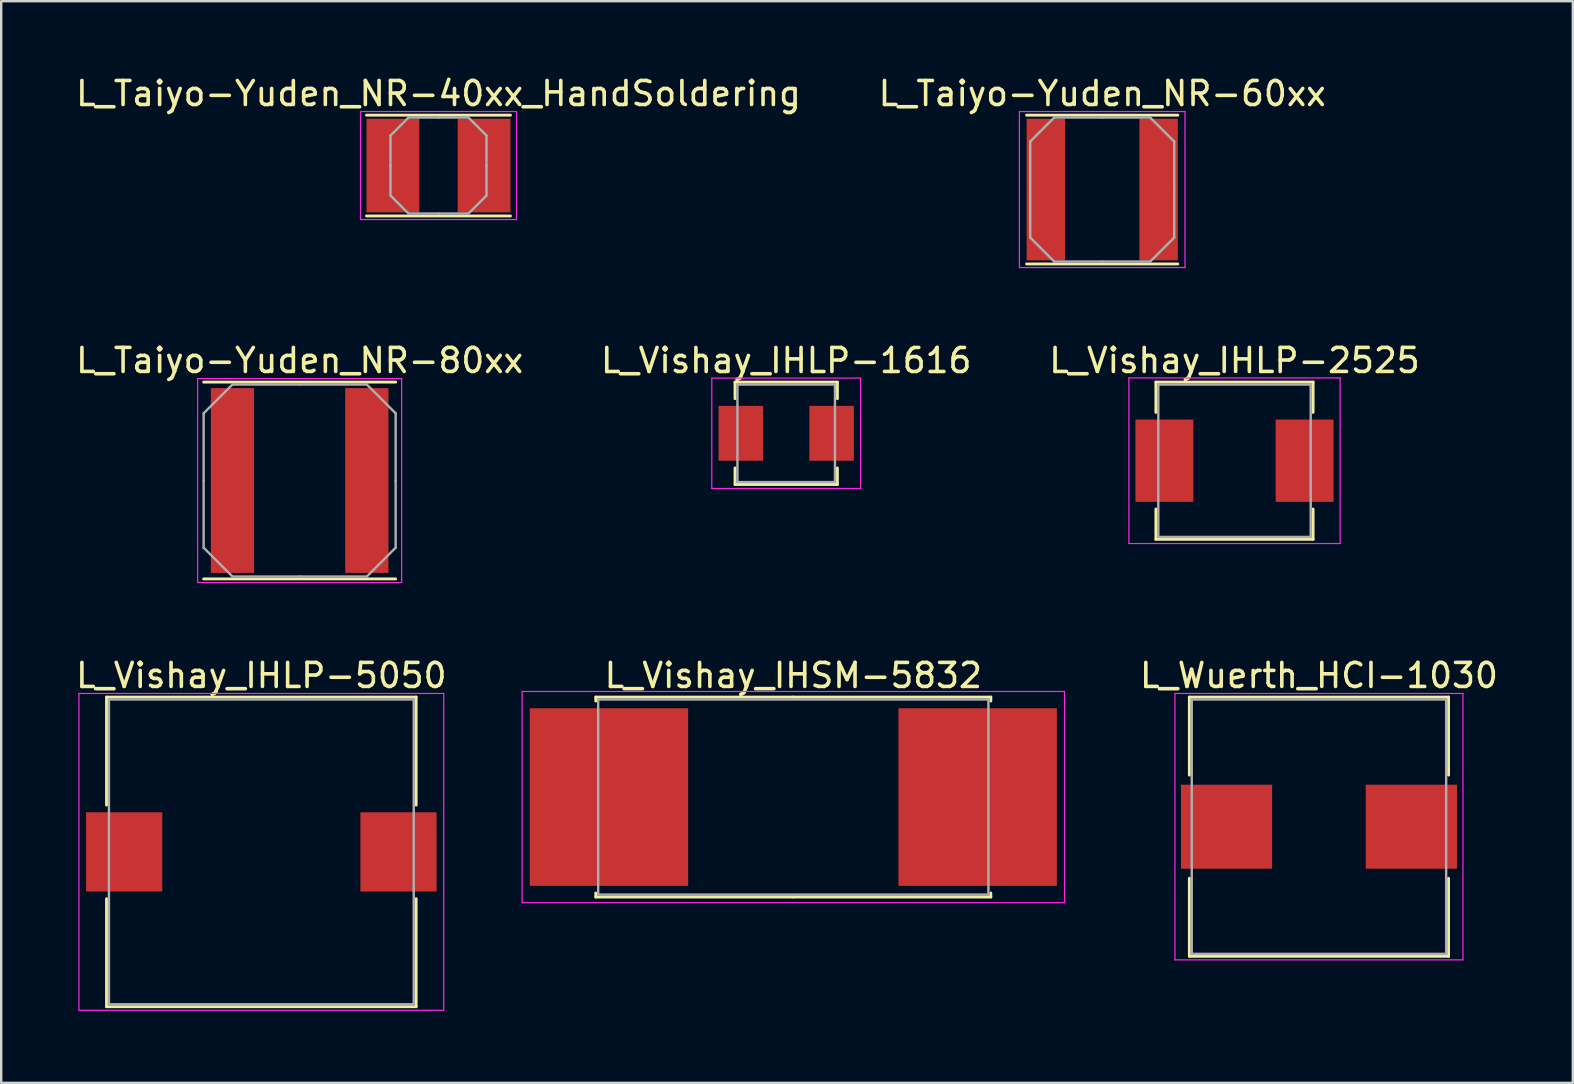
<source format=kicad_pcb>
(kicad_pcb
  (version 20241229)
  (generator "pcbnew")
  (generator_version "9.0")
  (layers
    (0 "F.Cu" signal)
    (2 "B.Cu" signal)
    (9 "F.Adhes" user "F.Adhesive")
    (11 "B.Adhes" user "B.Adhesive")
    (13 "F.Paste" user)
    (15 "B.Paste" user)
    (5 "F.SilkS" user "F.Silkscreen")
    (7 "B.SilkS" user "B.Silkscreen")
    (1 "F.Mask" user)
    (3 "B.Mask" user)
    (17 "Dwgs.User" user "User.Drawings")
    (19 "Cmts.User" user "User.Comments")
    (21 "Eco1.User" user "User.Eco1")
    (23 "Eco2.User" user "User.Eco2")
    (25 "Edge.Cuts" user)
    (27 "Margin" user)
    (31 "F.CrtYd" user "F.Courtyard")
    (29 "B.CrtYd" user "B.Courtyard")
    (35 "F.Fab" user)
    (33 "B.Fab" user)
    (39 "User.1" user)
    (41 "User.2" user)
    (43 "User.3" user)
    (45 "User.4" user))
  (footprint "L_Vishay_IHLP-5050"
    (layer "F.Cu")
    (at 7.839 32.445)
    (property "Reference" "L_Vishay_IHLP-5050" (at 0 -7.35 0) (layer "F.SilkS") (effects (font (size 1 1) (thickness 0.15))))
    (attr smd)
    (fp_line (start -6.45 -6.45) (end 6.45 -6.45) (stroke (width 0.12) (type solid)) (layer "F.SilkS"))
    (fp_line (start -6.45 -1.95) (end -6.45 -6.45) (stroke (width 0.12) (type solid)) (layer "F.SilkS"))
    (fp_line (start -6.45 1.95) (end -6.45 6.45) (stroke (width 0.12) (type solid)) (layer "F.SilkS"))
    (fp_line (start -6.45 6.45) (end 6.45 6.45) (stroke (width 0.12) (type solid)) (layer "F.SilkS"))
    (fp_line (start 6.45 -6.45) (end 6.45 -1.95) (stroke (width 0.12) (type solid)) (layer "F.SilkS"))
    (fp_line (start 6.45 6.45) (end 6.45 1.95) (stroke (width 0.12) (type solid)) (layer "F.SilkS"))
    (fp_line (start -7.6 -6.6) (end -7.6 6.6) (stroke (width 0.05) (type solid)) (layer "F.CrtYd"))
    (fp_line (start -7.6 6.6) (end 7.6 6.6) (stroke (width 0.05) (type solid)) (layer "F.CrtYd"))
    (fp_line (start 7.6 -6.6) (end -7.6 -6.6) (stroke (width 0.05) (type solid)) (layer "F.CrtYd"))
    (fp_line (start 7.6 6.6) (end 7.6 -6.6) (stroke (width 0.05) (type solid)) (layer "F.CrtYd"))
    (fp_line (start -6.35 -6.35) (end -6.35 6.35) (stroke (width 0.1) (type solid)) (layer "F.Fab"))
    (fp_line (start -6.35 6.35) (end 6.35 6.35) (stroke (width 0.1) (type solid)) (layer "F.Fab"))
    (fp_line (start 6.35 -6.35) (end -6.35 -6.35) (stroke (width 0.1) (type solid)) (layer "F.Fab"))
    (fp_line (start 6.35 6.35) (end 6.35 -6.35) (stroke (width 0.1) (type solid)) (layer "F.Fab"))
    (pad "1" smd rect (at -5.715 0) (size 3.175 3.3) (layers "F.Cu" "F.Mask" "F.Paste"))
    (pad "2" smd rect (at 5.715 0) (size 3.175 3.3) (layers "F.Cu" "F.Mask" "F.Paste")))
  (footprint "L_Vishay_IHLP-2525"
    (layer "F.Cu")
    (at 48.387 16.146)
    (property "Reference" "L_Vishay_IHLP-2525" (at 0 -4.175 0) (layer "F.SilkS") (effects (font (size 1 1) (thickness 0.15))))
    (attr smd)
    (fp_line (start -3.275 -3.275) (end 3.275 -3.275) (stroke (width 0.12) (type solid)) (layer "F.SilkS"))
    (fp_line (start -3.275 -2.014) (end -3.275 -3.275) (stroke (width 0.12) (type solid)) (layer "F.SilkS"))
    (fp_line (start -3.275 2.014) (end -3.275 3.275) (stroke (width 0.12) (type solid)) (layer "F.SilkS"))
    (fp_line (start -3.275 3.275) (end 3.275 3.275) (stroke (width 0.12) (type solid)) (layer "F.SilkS"))
    (fp_line (start 3.275 -3.275) (end 3.275 -2.014) (stroke (width 0.12) (type solid)) (layer "F.SilkS"))
    (fp_line (start 3.275 3.275) (end 3.275 2.014) (stroke (width 0.12) (type solid)) (layer "F.SilkS"))
    (fp_line (start -4.4 -3.45) (end -4.4 3.45) (stroke (width 0.05) (type solid)) (layer "F.CrtYd"))
    (fp_line (start -4.4 3.45) (end 4.4 3.45) (stroke (width 0.05) (type solid)) (layer "F.CrtYd"))
    (fp_line (start 4.4 -3.45) (end -4.4 -3.45) (stroke (width 0.05) (type solid)) (layer "F.CrtYd"))
    (fp_line (start 4.4 3.45) (end 4.4 -3.45) (stroke (width 0.05) (type solid)) (layer "F.CrtYd"))
    (fp_line (start -3.175 -3.175) (end -3.175 3.175) (stroke (width 0.1) (type solid)) (layer "F.Fab"))
    (fp_line (start -3.175 3.175) (end 3.175 3.175) (stroke (width 0.1) (type solid)) (layer "F.Fab"))
    (fp_line (start 3.175 -3.175) (end -3.175 -3.175) (stroke (width 0.1) (type solid)) (layer "F.Fab"))
    (fp_line (start 3.175 3.175) (end 3.175 -3.175) (stroke (width 0.1) (type solid)) (layer "F.Fab"))
    (pad "1" smd rect (at -2.921 0) (size 2.413 3.429) (layers "F.Cu" "F.Mask" "F.Paste"))
    (pad "2" smd rect (at 2.921 0) (size 2.413 3.429) (layers "F.Cu" "F.Mask" "F.Paste")))
  (footprint "L_Vishay_IHLP-1616"
    (layer "F.Cu")
    (at 29.708 15.004)
    (property "Reference" "L_Vishay_IHLP-1616" (at 0 -3.032 0) (layer "F.SilkS") (effects (font (size 1 1) (thickness 0.15))))
    (attr smd)
    (fp_line (start -2.132 -2.132) (end 2.132 -2.132) (stroke (width 0.12) (type solid)) (layer "F.SilkS"))
    (fp_line (start -2.132 -1.443) (end -2.132 -2.132) (stroke (width 0.12) (type solid)) (layer "F.SilkS"))
    (fp_line (start -2.132 1.443) (end -2.132 2.132) (stroke (width 0.12) (type solid)) (layer "F.SilkS"))
    (fp_line (start -2.132 2.132) (end 2.132 2.132) (stroke (width 0.12) (type solid)) (layer "F.SilkS"))
    (fp_line (start 2.132 -2.132) (end 2.132 -1.443) (stroke (width 0.12) (type solid)) (layer "F.SilkS"))
    (fp_line (start 2.132 2.132) (end 2.132 1.443) (stroke (width 0.12) (type solid)) (layer "F.SilkS"))
    (fp_line (start -3.1 -2.3) (end -3.1 2.3) (stroke (width 0.05) (type solid)) (layer "F.CrtYd"))
    (fp_line (start -3.1 2.3) (end 3.1 2.3) (stroke (width 0.05) (type solid)) (layer "F.CrtYd"))
    (fp_line (start 3.1 -2.3) (end -3.1 -2.3) (stroke (width 0.05) (type solid)) (layer "F.CrtYd"))
    (fp_line (start 3.1 2.3) (end 3.1 -2.3) (stroke (width 0.05) (type solid)) (layer "F.CrtYd"))
    (fp_line (start -2.032 -2.032) (end -2.032 2.032) (stroke (width 0.1) (type solid)) (layer "F.Fab"))
    (fp_line (start -2.032 2.032) (end 2.032 2.032) (stroke (width 0.1) (type solid)) (layer "F.Fab"))
    (fp_line (start 2.032 -2.032) (end -2.032 -2.032) (stroke (width 0.1) (type solid)) (layer "F.Fab"))
    (fp_line (start 2.032 2.032) (end 2.032 -2.032) (stroke (width 0.1) (type solid)) (layer "F.Fab"))
    (pad "1" smd rect (at -1.892 0) (size 1.855 2.286) (layers "F.Cu" "F.Mask" "F.Paste"))
    (pad "2" smd rect (at 1.892 0) (size 1.855 2.286) (layers "F.Cu" "F.Mask" "F.Paste")))
  (footprint "L_Vishay_IHSM-5832"
    (layer "F.Cu")
    (at 30.004 30.16)
    (property "Reference" "L_Vishay_IHSM-5832" (at 0 -5.065 0) (layer "F.SilkS") (effects (font (size 1 1) (thickness 0.15))))
    (attr smd)
    (fp_line (start -8.23 -4.165) (end 0 -4.165) (stroke (width 0.12) (type solid)) (layer "F.SilkS"))
    (fp_line (start -8.23 -4) (end -8.23 -4.165) (stroke (width 0.12) (type solid)) (layer "F.SilkS"))
    (fp_line (start -8.23 4) (end -8.23 4.165) (stroke (width 0.12) (type solid)) (layer "F.SilkS"))
    (fp_line (start -8.23 4.165) (end 0 4.165) (stroke (width 0.12) (type solid)) (layer "F.SilkS"))
    (fp_line (start 8.23 -4.165) (end 0 -4.165) (stroke (width 0.12) (type solid)) (layer "F.SilkS"))
    (fp_line (start 8.23 -4) (end 8.23 -4.165) (stroke (width 0.12) (type solid)) (layer "F.SilkS"))
    (fp_line (start 8.23 4) (end 8.23 4.165) (stroke (width 0.12) (type solid)) (layer "F.SilkS"))
    (fp_line (start 8.23 4.165) (end 0 4.165) (stroke (width 0.12) (type solid)) (layer "F.SilkS"))
    (fp_line (start -11.3 -4.4) (end -11.3 4.4) (stroke (width 0.05) (type solid)) (layer "F.CrtYd"))
    (fp_line (start -11.3 4.4) (end 11.3 4.4) (stroke (width 0.05) (type solid)) (layer "F.CrtYd"))
    (fp_line (start 11.3 -4.4) (end -11.3 -4.4) (stroke (width 0.05) (type solid)) (layer "F.CrtYd"))
    (fp_line (start 11.3 4.4) (end 11.3 -4.4) (stroke (width 0.05) (type solid)) (layer "F.CrtYd"))
    (fp_line (start -8.13 -4.065) (end -8.13 4.065) (stroke (width 0.1) (type solid)) (layer "F.Fab"))
    (fp_line (start -8.13 4.065) (end 8.13 4.065) (stroke (width 0.1) (type solid)) (layer "F.Fab"))
    (fp_line (start 8.13 -4.065) (end -8.13 -4.065) (stroke (width 0.1) (type solid)) (layer "F.Fab"))
    (fp_line (start 8.13 4.065) (end 8.13 -4.065) (stroke (width 0.1) (type solid)) (layer "F.Fab"))
    (pad "1" smd rect (at -7.681 0) (size 6.6 7.4) (layers "F.Cu" "F.Mask" "F.Paste"))
    (pad "2" smd rect (at 7.681 0) (size 6.6 7.4) (layers "F.Cu" "F.Mask" "F.Paste")))
  (footprint "L_Taiyo-Yuden_NR-60xx"
    (layer "F.Cu")
    (at 42.875 4.848)
    (property "Reference" "L_Taiyo-Yuden_NR-60xx" (at 0 -4 0) (layer "F.SilkS") (effects (font (size 1 1) (thickness 0.15))))
    (attr smd)
    (fp_line (start -3.15 -3.1) (end 3.15 -3.1) (stroke (width 0.12) (type solid)) (layer "F.SilkS"))
    (fp_line (start -3.15 3.1) (end 3.15 3.1) (stroke (width 0.12) (type solid)) (layer "F.SilkS"))
    (fp_line (start -3.45 -3.25) (end -3.45 3.25) (stroke (width 0.05) (type solid)) (layer "F.CrtYd"))
    (fp_line (start -3.45 3.25) (end 3.45 3.25) (stroke (width 0.05) (type solid)) (layer "F.CrtYd"))
    (fp_line (start 3.45 -3.25) (end -3.45 -3.25) (stroke (width 0.05) (type solid)) (layer "F.CrtYd"))
    (fp_line (start 3.45 3.25) (end 3.45 -3.25) (stroke (width 0.05) (type solid)) (layer "F.CrtYd"))
    (fp_line (start -3 -2) (end -2 -3) (stroke (width 0.1) (type solid)) (layer "F.Fab"))
    (fp_line (start -3 0) (end -3 -2) (stroke (width 0.1) (type solid)) (layer "F.Fab"))
    (fp_line (start -3 0) (end -3 2) (stroke (width 0.1) (type solid)) (layer "F.Fab"))
    (fp_line (start -3 2) (end -2 3) (stroke (width 0.1) (type solid)) (layer "F.Fab"))
    (fp_line (start -2 -3) (end 0 -3) (stroke (width 0.1) (type solid)) (layer "F.Fab"))
    (fp_line (start -2 3) (end 0 3) (stroke (width 0.1) (type solid)) (layer "F.Fab"))
    (fp_line (start 2 -3) (end 0 -3) (stroke (width 0.1) (type solid)) (layer "F.Fab"))
    (fp_line (start 2 3) (end 0 3) (stroke (width 0.1) (type solid)) (layer "F.Fab"))
    (fp_line (start 3 -2) (end 2 -3) (stroke (width 0.1) (type solid)) (layer "F.Fab"))
    (fp_line (start 3 0) (end 3 -2) (stroke (width 0.1) (type solid)) (layer "F.Fab"))
    (fp_line (start 3 0) (end 3 2) (stroke (width 0.1) (type solid)) (layer "F.Fab"))
    (fp_line (start 3 2) (end 2 3) (stroke (width 0.1) (type solid)) (layer "F.Fab"))
    (pad "1" smd rect (at -2.35 0) (size 1.6 5.9) (layers "F.Cu" "F.Mask" "F.Paste"))
    (pad "2" smd rect (at 2.35 0) (size 1.6 5.9) (layers "F.Cu" "F.Mask" "F.Paste")))
  (footprint "L_Taiyo-Yuden_NR-80xx"
    (layer "F.Cu")
    (at 9.435 16.971)
    (property "Reference" "L_Taiyo-Yuden_NR-80xx" (at 0 -5 0) (layer "F.SilkS") (effects (font (size 1 1) (thickness 0.15))))
    (attr smd)
    (fp_line (start -4 -4.1) (end 4 -4.1) (stroke (width 0.12) (type solid)) (layer "F.SilkS"))
    (fp_line (start -4 4.1) (end 4 4.1) (stroke (width 0.12) (type solid)) (layer "F.SilkS"))
    (fp_line (start -4.25 -4.25) (end -4.25 4.25) (stroke (width 0.05) (type solid)) (layer "F.CrtYd"))
    (fp_line (start -4.25 4.25) (end 4.25 4.25) (stroke (width 0.05) (type solid)) (layer "F.CrtYd"))
    (fp_line (start 4.25 -4.25) (end -4.25 -4.25) (stroke (width 0.05) (type solid)) (layer "F.CrtYd"))
    (fp_line (start 4.25 4.25) (end 4.25 -4.25) (stroke (width 0.05) (type solid)) (layer "F.CrtYd"))
    (fp_line (start -4 -2.8) (end -2.8 -4) (stroke (width 0.1) (type solid)) (layer "F.Fab"))
    (fp_line (start -4 0) (end -4 -2.8) (stroke (width 0.1) (type solid)) (layer "F.Fab"))
    (fp_line (start -4 0) (end -4 2.8) (stroke (width 0.1) (type solid)) (layer "F.Fab"))
    (fp_line (start -4 2.8) (end -2.8 4) (stroke (width 0.1) (type solid)) (layer "F.Fab"))
    (fp_line (start -2.8 -4) (end 0 -4) (stroke (width 0.1) (type solid)) (layer "F.Fab"))
    (fp_line (start -2.8 4) (end 0 4) (stroke (width 0.1) (type solid)) (layer "F.Fab"))
    (fp_line (start 2.8 -4) (end 0 -4) (stroke (width 0.1) (type solid)) (layer "F.Fab"))
    (fp_line (start 2.8 4) (end 0 4) (stroke (width 0.1) (type solid)) (layer "F.Fab"))
    (fp_line (start 4 -2.8) (end 2.8 -4) (stroke (width 0.1) (type solid)) (layer "F.Fab"))
    (fp_line (start 4 0) (end 4 -2.8) (stroke (width 0.1) (type solid)) (layer "F.Fab"))
    (fp_line (start 4 0) (end 4 2.8) (stroke (width 0.1) (type solid)) (layer "F.Fab"))
    (fp_line (start 4 2.8) (end 2.8 4) (stroke (width 0.1) (type solid)) (layer "F.Fab"))
    (pad "1" smd rect (at -2.8 0) (size 1.8 7.7) (layers "F.Cu" "F.Mask" "F.Paste"))
    (pad "2" smd rect (at 2.8 0) (size 1.8 7.7) (layers "F.Cu" "F.Mask" "F.Paste")))
  (footprint "L_Taiyo-Yuden_NR-40xx_HandSoldering"
    (layer "F.Cu")
    (at 15.22 3.848)
    (property "Reference" "L_Taiyo-Yuden_NR-40xx_HandSoldering" (at 0 -3 0) (layer "F.SilkS") (effects (font (size 1 1) (thickness 0.15))))
    (attr smd)
    (fp_line (start -3 -2.1) (end 3 -2.1) (stroke (width 0.12) (type solid)) (layer "F.SilkS"))
    (fp_line (start -3 2.1) (end 3 2.1) (stroke (width 0.12) (type solid)) (layer "F.SilkS"))
    (fp_line (start -3.25 -2.25) (end -3.25 2.25) (stroke (width 0.05) (type solid)) (layer "F.CrtYd"))
    (fp_line (start -3.25 2.25) (end 3.25 2.25) (stroke (width 0.05) (type solid)) (layer "F.CrtYd"))
    (fp_line (start 3.25 -2.25) (end -3.25 -2.25) (stroke (width 0.05) (type solid)) (layer "F.CrtYd"))
    (fp_line (start 3.25 2.25) (end 3.25 -2.25) (stroke (width 0.05) (type solid)) (layer "F.CrtYd"))
    (fp_line (start -2 -1.25) (end -1.25 -2) (stroke (width 0.1) (type solid)) (layer "F.Fab"))
    (fp_line (start -2 0) (end -2 -1.25) (stroke (width 0.1) (type solid)) (layer "F.Fab"))
    (fp_line (start -2 0) (end -2 1.25) (stroke (width 0.1) (type solid)) (layer "F.Fab"))
    (fp_line (start -2 1.25) (end -1.25 2) (stroke (width 0.1) (type solid)) (layer "F.Fab"))
    (fp_line (start -1.25 -2) (end 0 -2) (stroke (width 0.1) (type solid)) (layer "F.Fab"))
    (fp_line (start -1.25 2) (end 0 2) (stroke (width 0.1) (type solid)) (layer "F.Fab"))
    (fp_line (start 1.25 -2) (end 0 -2) (stroke (width 0.1) (type solid)) (layer "F.Fab"))
    (fp_line (start 1.25 2) (end 0 2) (stroke (width 0.1) (type solid)) (layer "F.Fab"))
    (fp_line (start 2 -1.25) (end 1.25 -2) (stroke (width 0.1) (type solid)) (layer "F.Fab"))
    (fp_line (start 2 0) (end 2 -1.25) (stroke (width 0.1) (type solid)) (layer "F.Fab"))
    (fp_line (start 2 0) (end 2 1.25) (stroke (width 0.1) (type solid)) (layer "F.Fab"))
    (fp_line (start 2 1.25) (end 1.25 2) (stroke (width 0.1) (type solid)) (layer "F.Fab"))
    (pad "1" smd rect (at -1.9 0) (size 2.2 3.9) (layers "F.Cu" "F.Mask" "F.Paste"))
    (pad "2" smd rect (at 1.9 0) (size 2.2 3.9) (layers "F.Cu" "F.Mask" "F.Paste")))
  (footprint "L_Wuerth_HCI-1030"
    (layer "F.Cu")
    (at 51.906 31.395)
    (property "Reference" "L_Wuerth_HCI-1030" (at 0 -6.3 0) (layer "F.SilkS") (effects (font (size 1 1) (thickness 0.15))))
    (attr smd)
    (fp_line (start -5.4 -5.4) (end 5.4 -5.4) (stroke (width 0.12) (type solid)) (layer "F.SilkS"))
    (fp_line (start -5.4 -2.15) (end -5.4 -5.4) (stroke (width 0.12) (type solid)) (layer "F.SilkS"))
    (fp_line (start -5.4 2.15) (end -5.4 5.4) (stroke (width 0.12) (type solid)) (layer "F.SilkS"))
    (fp_line (start -5.4 5.4) (end 5.4 5.4) (stroke (width 0.12) (type solid)) (layer "F.SilkS"))
    (fp_line (start 5.4 -5.4) (end 5.4 -2.15) (stroke (width 0.12) (type solid)) (layer "F.SilkS"))
    (fp_line (start 5.4 5.4) (end 5.4 2.15) (stroke (width 0.12) (type solid)) (layer "F.SilkS"))
    (fp_line (start -6 -5.55) (end -6 5.55) (stroke (width 0.05) (type solid)) (layer "F.CrtYd"))
    (fp_line (start -6 5.55) (end 6 5.55) (stroke (width 0.05) (type solid)) (layer "F.CrtYd"))
    (fp_line (start 6 -5.55) (end -6 -5.55) (stroke (width 0.05) (type solid)) (layer "F.CrtYd"))
    (fp_line (start 6 5.55) (end 6 -5.55) (stroke (width 0.05) (type solid)) (layer "F.CrtYd"))
    (fp_line (start -5.3 -5.3) (end -5.3 5.3) (stroke (width 0.1) (type solid)) (layer "F.Fab"))
    (fp_line (start -5.3 5.3) (end 5.3 5.3) (stroke (width 0.1) (type solid)) (layer "F.Fab"))
    (fp_line (start 5.3 -5.3) (end -5.3 -5.3) (stroke (width 0.1) (type solid)) (layer "F.Fab"))
    (fp_line (start 5.3 5.3) (end 5.3 -5.3) (stroke (width 0.1) (type solid)) (layer "F.Fab"))
    (pad "1" smd rect (at -3.85 0) (size 3.8 3.5) (layers "F.Cu" "F.Mask" "F.Paste"))
    (pad "2" smd rect (at 3.85 0) (size 3.8 3.5) (layers "F.Cu" "F.Mask" "F.Paste")))
  (gr_rect
    (start -3 -3)
    (end 62.483 42.07)
    (stroke (width 0.1) (type default))
    (fill no)
    (layer "Edge.Cuts")))
</source>
